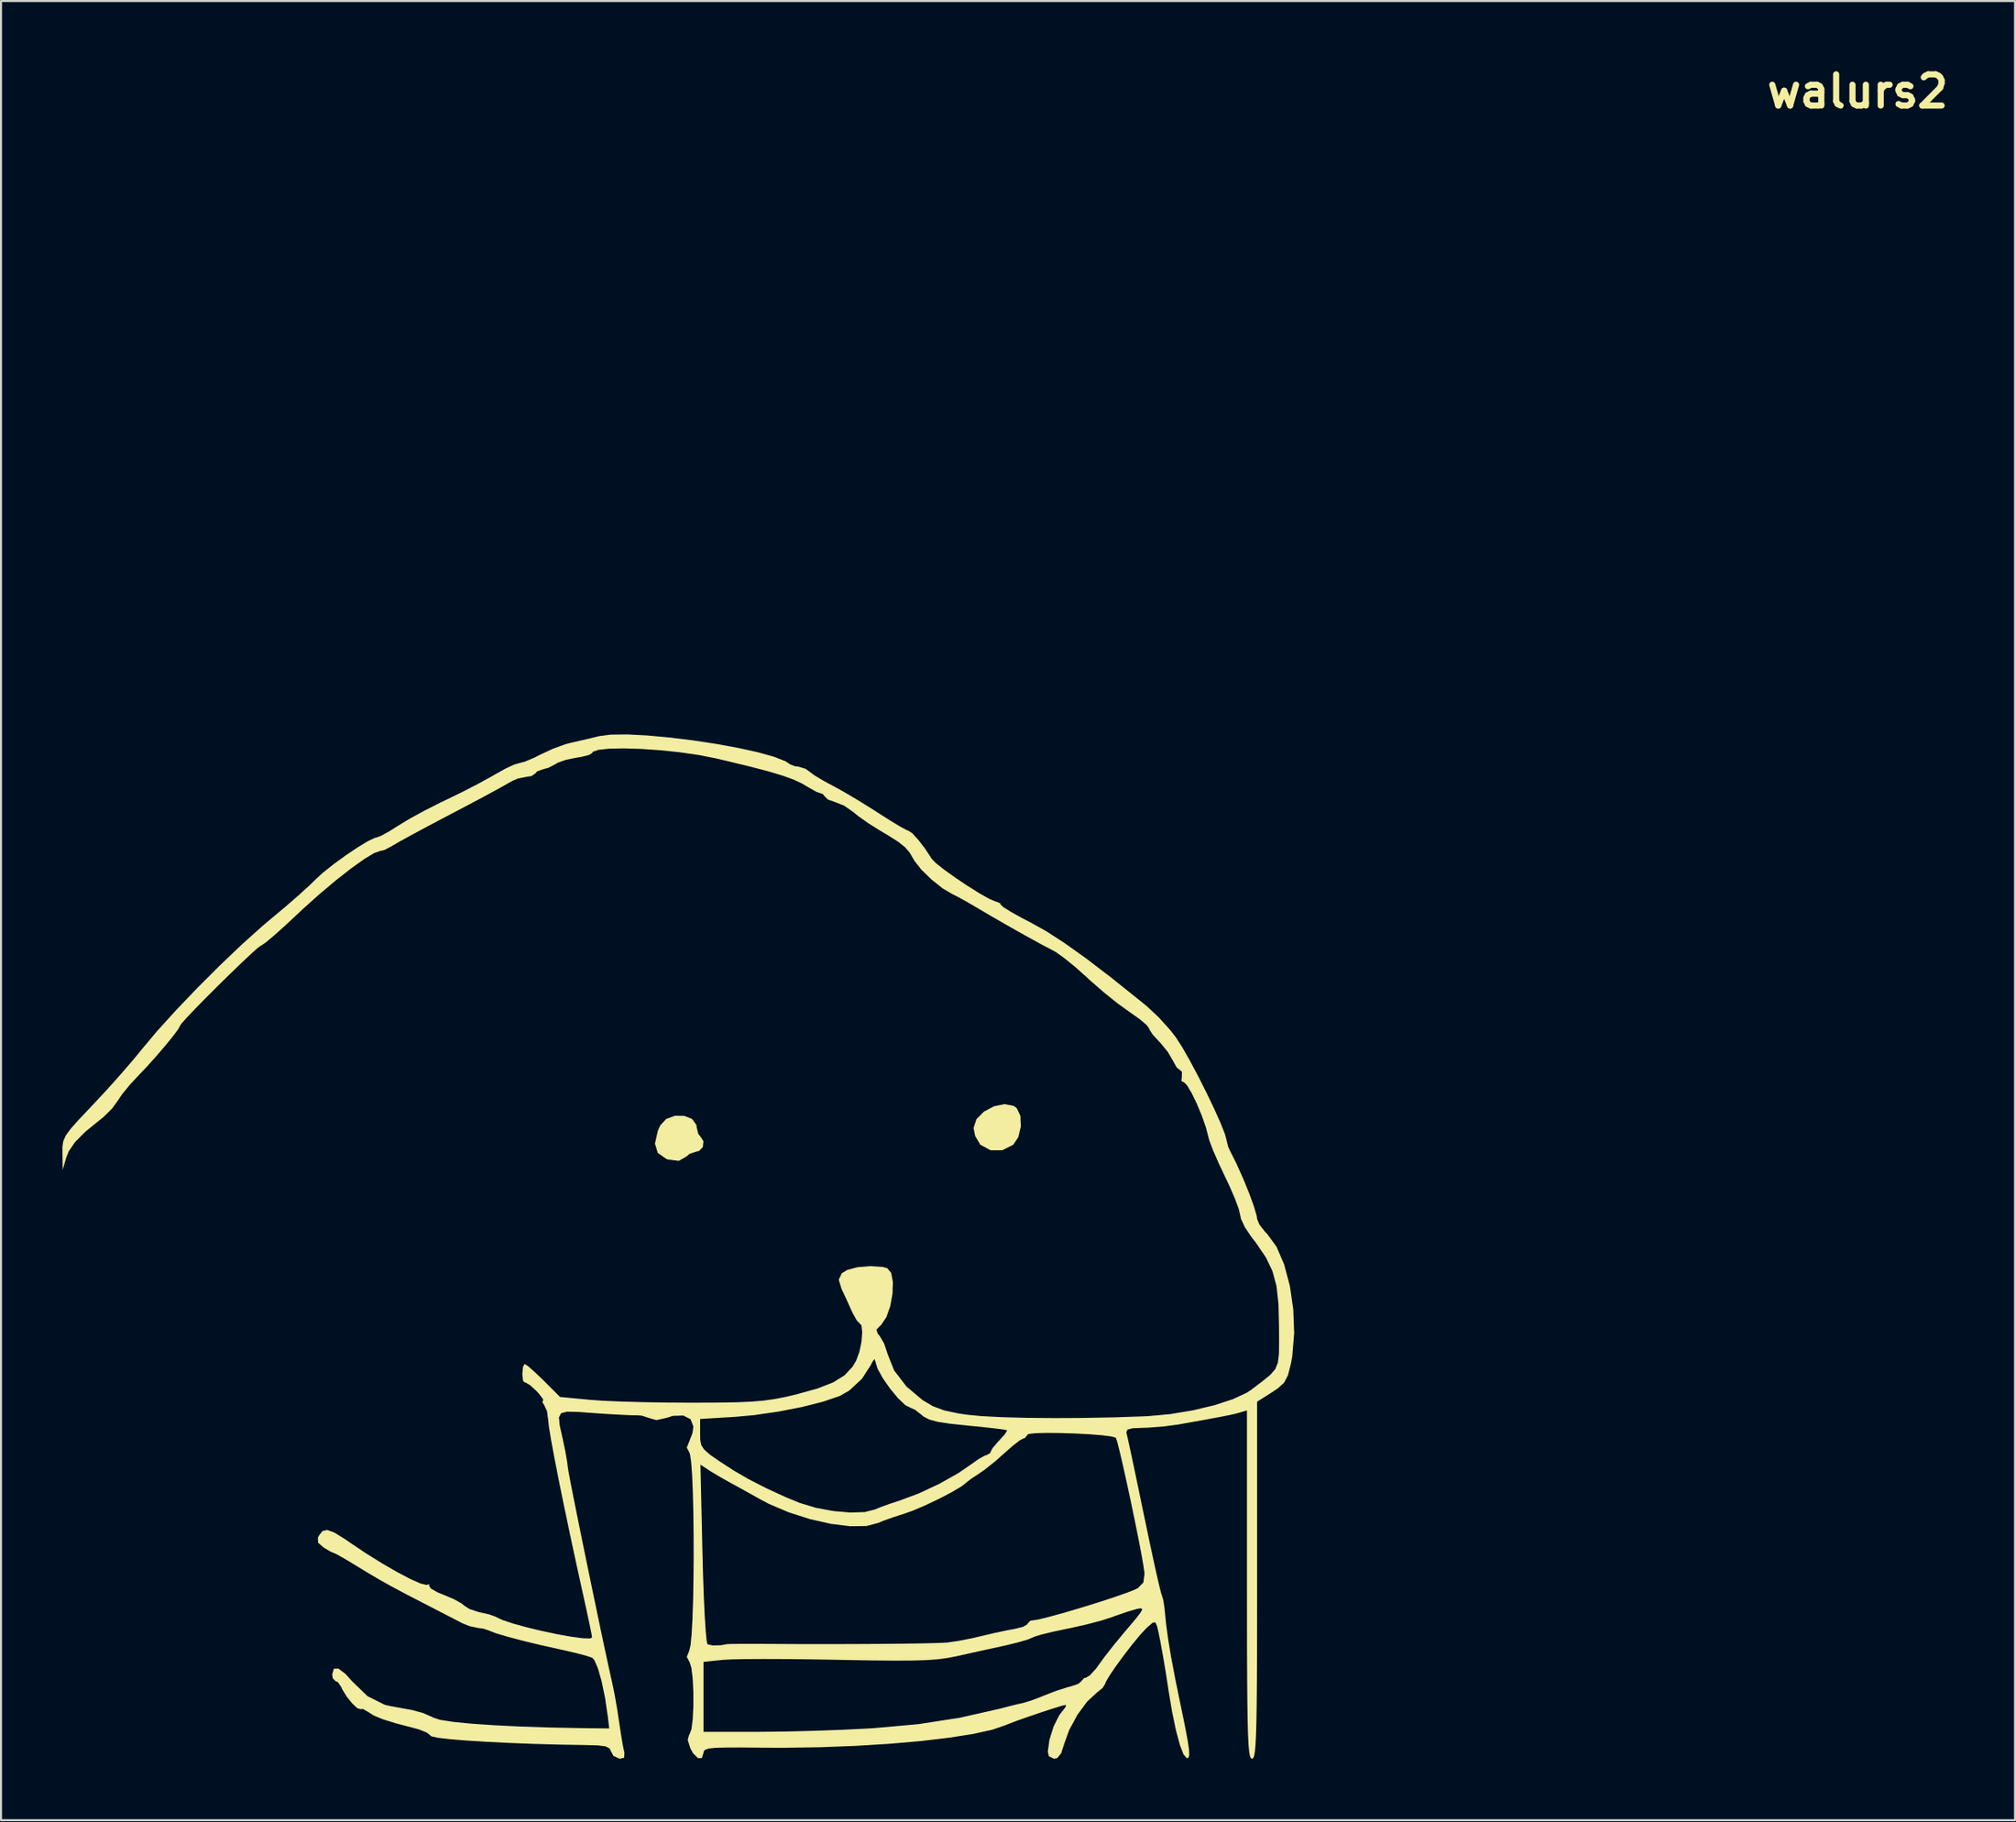
<source format=kicad_pcb>
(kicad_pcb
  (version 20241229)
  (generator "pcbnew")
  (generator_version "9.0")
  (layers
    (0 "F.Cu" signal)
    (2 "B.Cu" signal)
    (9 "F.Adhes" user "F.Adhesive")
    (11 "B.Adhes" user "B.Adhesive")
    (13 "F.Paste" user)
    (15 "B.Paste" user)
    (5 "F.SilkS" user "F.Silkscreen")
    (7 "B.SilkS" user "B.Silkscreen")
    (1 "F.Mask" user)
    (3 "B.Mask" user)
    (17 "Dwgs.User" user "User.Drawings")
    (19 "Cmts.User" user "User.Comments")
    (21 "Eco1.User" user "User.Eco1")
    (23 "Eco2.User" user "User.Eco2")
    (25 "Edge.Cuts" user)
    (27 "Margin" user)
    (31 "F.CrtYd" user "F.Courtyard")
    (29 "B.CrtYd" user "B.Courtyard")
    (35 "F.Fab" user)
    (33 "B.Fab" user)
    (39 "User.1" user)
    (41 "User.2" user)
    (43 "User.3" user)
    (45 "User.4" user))
  (footprint "walurs2"
    (layer "F.Cu")
    (at 35.116 49.918)
    (property "Reference" "walurs2" (at 52.6 -48.5 0) (layer "F.SilkS") (effects (font (size 1.524 1.524) (thickness 0.3))))
    (attr board_only exclude_from_pos_files exclude_from_bom)
    (fp_poly (pts (xy 11.366 1.08) (xy 11.512 1.188) (xy 11.691 1.567) (xy 11.712 2.087) (xy 11.589 2.605) (xy 11.339 2.978) (xy 10.803 3.246) (xy 10.234 3.247) (xy 9.743 2.981) (xy 9.731 2.969) (xy 9.483 2.556) (xy 9.401 2.158) (xy 9.544 1.726) (xy 9.908 1.358) (xy 10.397 1.099) (xy 10.915 0.991)) (stroke (width 0) (type solid)) (fill yes) (layer "F.SilkS"))
    (fp_poly (pts (xy -4.738 1.563) (xy -4.355 1.714) (xy -4.14 2.008) (xy -4.123 2.14) (xy -4.046 2.454) (xy -3.958 2.556) (xy -3.796 2.8) (xy -3.825 3.094) (xy -4.016 3.285) (xy -4.103 3.299) (xy -4.468 3.418) (xy -4.618 3.546) (xy -4.999 3.764) (xy -5.534 3.698) (xy -5.608 3.671) (xy -6.026 3.377) (xy -6.165 2.923) (xy -6.024 2.3) (xy -5.904 2.028) (xy -5.611 1.714) (xy -5.189 1.561)) (stroke (width 0) (type solid)) (fill yes) (layer "F.SilkS"))
    (fp_poly (pts (xy -6.548 -17.025) (xy -5.46 -16.926) (xy -4.316 -16.786) (xy -3.174 -16.613) (xy -2.092 -16.415) (xy -1.128 -16.202) (xy -0.338 -15.981) (xy 0.22 -15.761) (xy 0.44 -15.613) (xy 0.683 -15.518) (xy 0.84 -15.504) (xy 1.2 -15.393) (xy 1.362 -15.273) (xy 1.63 -15.075) (xy 2.084 -14.803) (xy 2.487 -14.587) (xy 3.041 -14.283) (xy 3.744 -13.868) (xy 4.475 -13.413) (xy 4.726 -13.251) (xy 5.316 -12.874) (xy 5.808 -12.577) (xy 6.134 -12.401) (xy 6.221 -12.37) (xy 6.407 -12.245) (xy 6.7 -11.926) (xy 7.031 -11.497) (xy 7.329 -11.043) (xy 7.353 -11.003) (xy 7.562 -10.786) (xy 7.975 -10.46) (xy 8.515 -10.073) (xy 9.108 -9.675) (xy 9.681 -9.316) (xy 10.159 -9.046) (xy 10.466 -8.912) (xy 10.507 -8.906) (xy 10.704 -8.82) (xy 10.721 -8.765) (xy 10.859 -8.636) (xy 11.23 -8.402) (xy 11.771 -8.102) (xy 12.162 -7.9) (xy 12.947 -7.463) (xy 13.853 -6.877) (xy 14.909 -6.123) (xy 16.142 -5.18) (xy 17.577 -4.03) (xy 17.877 -3.785) (xy 18.443 -3.256) (xy 19.014 -2.624) (xy 19.294 -2.263) (xy 19.604 -1.778) (xy 19.978 -1.122) (xy 20.383 -0.36) (xy 20.788 0.444) (xy 21.161 1.224) (xy 21.47 1.916) (xy 21.684 2.455) (xy 21.771 2.776) (xy 21.771 2.79) (xy 21.844 3.081) (xy 21.926 3.26) (xy 22.247 3.901) (xy 22.571 4.623) (xy 22.865 5.342) (xy 23.097 5.978) (xy 23.233 6.447) (xy 23.256 6.608) (xy 23.368 6.878) (xy 23.647 7.234) (xy 23.748 7.337) (xy 24.204 7.959) (xy 24.578 8.829) (xy 24.856 9.874) (xy 25.023 11.02) (xy 25.067 12.192) (xy 24.974 13.316) (xy 24.908 13.677) (xy 24.765 14.239) (xy 24.578 14.6) (xy 24.264 14.887) (xy 23.982 15.075) (xy 23.256 15.534) (xy 23.256 24.261) (xy 23.255 26.199) (xy 23.252 27.832) (xy 23.246 29.187) (xy 23.236 30.287) (xy 23.222 31.157) (xy 23.202 31.825) (xy 23.177 32.313) (xy 23.146 32.649) (xy 23.107 32.856) (xy 23.06 32.96) (xy 23.008 32.987) (xy 22.953 32.956) (xy 22.906 32.844) (xy 22.867 32.627) (xy 22.836 32.279) (xy 22.812 31.775) (xy 22.793 31.089) (xy 22.779 30.195) (xy 22.77 29.068) (xy 22.764 27.682) (xy 22.762 26.012) (xy 22.761 24.474) (xy 22.761 15.96) (xy 22.39 16.07) (xy 22.18 16.126) (xy 21.888 16.191) (xy 21.459 16.276) (xy 20.841 16.391) (xy 19.98 16.546) (xy 19.38 16.653) (xy 18.688 16.745) (xy 17.931 16.803) (xy 17.678 16.811) (xy 17.17 16.833) (xy 16.923 16.897) (xy 16.867 17.029) (xy 16.885 17.112) (xy 16.941 17.352) (xy 17.053 17.864) (xy 17.21 18.6) (xy 17.401 19.51) (xy 17.616 20.542) (xy 17.733 21.106) (xy 17.956 22.173) (xy 18.161 23.133) (xy 18.339 23.939) (xy 18.478 24.542) (xy 18.568 24.895) (xy 18.592 24.965) (xy 18.673 25.228) (xy 18.732 25.631) (xy 18.808 26.387) (xy 18.911 27.156) (xy 19.054 28.015) (xy 19.248 29.038) (xy 19.506 30.3) (xy 19.527 30.397) (xy 19.729 31.38) (xy 19.862 32.084) (xy 19.931 32.55) (xy 19.939 32.822) (xy 19.893 32.94) (xy 19.816 32.952) (xy 19.659 32.768) (xy 19.479 32.298) (xy 19.289 31.584) (xy 19.099 30.671) (xy 18.92 29.599) (xy 18.897 29.441) (xy 18.787 28.727) (xy 18.66 27.974) (xy 18.534 27.281) (xy 18.425 26.743) (xy 18.366 26.499) (xy 18.284 26.316) (xy 18.147 26.339) (xy 17.866 26.582) (xy 17.563 26.905) (xy 17.176 27.372) (xy 16.76 27.909) (xy 16.367 28.446) (xy 16.05 28.91) (xy 15.862 29.231) (xy 15.834 29.318) (xy 15.709 29.521) (xy 15.431 29.749) (xy 14.954 30.188) (xy 14.478 30.833) (xy 14.079 31.569) (xy 13.843 32.221) (xy 13.679 32.721) (xy 13.489 32.952) (xy 13.34 32.987) (xy 13.081 32.863) (xy 13.03 32.635) (xy 13.11 32.049) (xy 13.315 31.404) (xy 13.587 30.858) (xy 13.721 30.682) (xy 13.908 30.444) (xy 13.915 30.348) (xy 13.701 30.399) (xy 13.267 30.532) (xy 12.702 30.717) (xy 12.094 30.924) (xy 11.533 31.122) (xy 11.11 31.282) (xy 10.968 31.342) (xy 10.321 31.564) (xy 9.387 31.77) (xy 8.209 31.956) (xy 6.828 32.119) (xy 5.289 32.253) (xy 3.633 32.355) (xy 1.903 32.421) (xy 0.142 32.448) (xy -0.853 32.444) (xy -1.906 32.434) (xy -2.674 32.435) (xy -3.201 32.45) (xy -3.532 32.484) (xy -3.711 32.541) (xy -3.783 32.623) (xy -3.794 32.698) (xy -3.872 32.951) (xy -4.063 32.952) (xy -4.297 32.725) (xy -4.433 32.479) (xy -4.565 32.062) (xy -4.495 31.811) (xy -4.473 31.786) (xy -4.43 31.668) (xy -3.794 31.668) (xy -1.056 31.668) (xy 0.142 31.655) (xy 1.518 31.621) (xy 2.922 31.571) (xy 4.205 31.508) (xy 4.511 31.49) (xy 6.701 31.294) (xy 8.723 30.981) (xy 10.729 30.528) (xy 11.133 30.421) (xy 11.582 30.31) (xy 11.823 30.256) (xy 12.194 30.145) (xy 12.701 29.956) (xy 12.902 29.873) (xy 13.468 29.655) (xy 14.011 29.483) (xy 14.15 29.449) (xy 14.511 29.328) (xy 14.678 29.192) (xy 14.679 29.18) (xy 14.81 29.038) (xy 14.885 29.027) (xy 15.095 28.9) (xy 15.383 28.581) (xy 15.504 28.413) (xy 15.807 27.998) (xy 16.246 27.438) (xy 16.74 26.838) (xy 16.878 26.676) (xy 17.325 26.147) (xy 17.574 25.825) (xy 17.646 25.666) (xy 17.562 25.629) (xy 17.373 25.665) (xy 16.927 25.795) (xy 16.366 25.988) (xy 16.164 26.063) (xy 15.653 26.228) (xy 14.945 26.415) (xy 14.171 26.591) (xy 13.937 26.638) (xy 13.263 26.78) (xy 12.707 26.916) (xy 12.355 27.025) (xy 12.282 27.061) (xy 12.047 27.159) (xy 11.582 27.295) (xy 10.981 27.441) (xy 10.881 27.464) (xy 10.06 27.644) (xy 9.162 27.841) (xy 8.494 27.989) (xy 8.086 28.067) (xy 7.63 28.125) (xy 7.08 28.164) (xy 6.391 28.185) (xy 5.518 28.189) (xy 4.415 28.179) (xy 3.037 28.155) (xy 2.721 28.148) (xy 1.465 28.126) (xy 0.268 28.113) (xy -0.815 28.109) (xy -1.731 28.114) (xy -2.425 28.128) (xy -2.843 28.15) (xy -2.845 28.151) (xy -3.794 28.25) (xy -3.794 31.668) (xy -4.43 31.668) (xy -4.379 31.528) (xy -4.318 31.033) (xy -4.288 30.395) (xy -4.29 29.705) (xy -4.322 29.055) (xy -4.385 28.539) (xy -4.478 28.248) (xy -4.49 28.233) (xy -4.61 28.003) (xy -4.49 27.707) (xy -4.427 27.444) (xy -4.374 26.91) (xy -4.333 26.156) (xy -4.302 25.236) (xy -4.283 24.2) (xy -4.274 23.101) (xy -4.277 21.991) (xy -4.29 20.922) (xy -4.315 19.946) (xy -4.35 19.115) (xy -4.387 18.61) (xy -3.943 18.61) (xy -3.843 22.953) (xy -3.812 24.118) (xy -3.773 25.171) (xy -3.729 26.07) (xy -3.684 26.769) (xy -3.639 27.225) (xy -3.598 27.392) (xy -3.336 27.446) (xy -2.936 27.436) (xy -2.639 27.382) (xy -2.451 27.374) (xy -2.002 27.369) (xy -1.361 27.368) (xy -0.66 27.371) (xy 0.734 27.379) (xy 2.133 27.381) (xy 3.493 27.378) (xy 4.766 27.371) (xy 5.907 27.36) (xy 6.87 27.346) (xy 7.607 27.328) (xy 8.074 27.307) (xy 8.147 27.301) (xy 8.669 27.224) (xy 9.334 27.093) (xy 9.797 26.985) (xy 10.453 26.831) (xy 11.083 26.698) (xy 11.422 26.636) (xy 11.819 26.537) (xy 12.03 26.413) (xy 12.04 26.382) (xy 12.173 26.239) (xy 12.269 26.225) (xy 12.581 26.175) (xy 13.131 26.039) (xy 13.846 25.842) (xy 14.652 25.604) (xy 15.476 25.348) (xy 16.243 25.098) (xy 16.881 24.875) (xy 17.316 24.703) (xy 17.435 24.642) (xy 17.7 24.369) (xy 17.754 23.954) (xy 17.748 23.875) (xy 17.694 23.499) (xy 17.587 22.901) (xy 17.44 22.14) (xy 17.266 21.277) (xy 17.077 20.371) (xy 16.886 19.483) (xy 16.706 18.672) (xy 16.549 17.999) (xy 16.429 17.522) (xy 16.357 17.303) (xy 16.353 17.297) (xy 16.14 17.233) (xy 15.688 17.175) (xy 15.071 17.126) (xy 14.364 17.089) (xy 13.64 17.066) (xy 12.973 17.059) (xy 12.439 17.073) (xy 12.109 17.108) (xy 12.04 17.145) (xy 11.914 17.311) (xy 11.866 17.318) (xy 11.661 17.424) (xy 11.306 17.698) (xy 10.944 18.019) (xy 10.444 18.46) (xy 9.948 18.854) (xy 9.675 19.044) (xy 9.312 19.282) (xy 9.088 19.452) (xy 9.071 19.47) (xy 8.813 19.672) (xy 8.335 19.956) (xy 7.723 20.276) (xy 7.063 20.591) (xy 6.44 20.856) (xy 6.02 21.006) (xy 5.448 21.191) (xy 4.973 21.361) (xy 4.744 21.458) (xy 4.171 21.61) (xy 3.377 21.621) (xy 2.433 21.504) (xy 1.407 21.272) (xy 0.371 20.941) (xy -0.605 20.524) (xy -0.99 20.321) (xy -1.6 19.98) (xy -2.238 19.628) (xy -2.426 19.526) (xy -2.944 19.235) (xy -3.41 18.957) (xy -3.531 18.88) (xy -3.943 18.61) (xy -4.387 18.61) (xy -4.396 18.48) (xy -4.454 18.094) (xy -4.49 18.007) (xy -4.61 17.777) (xy -4.49 17.481) (xy -4.343 17.094) (xy -3.958 17.094) (xy -3.952 17.414) (xy -3.9 17.658) (xy -3.757 17.878) (xy -3.477 18.123) (xy -3.012 18.446) (xy -2.327 18.891) (xy -1.61 19.309) (xy -0.714 19.768) (xy 0.231 20.203) (xy 0.907 20.48) (xy 1.693 20.719) (xy 2.549 20.878) (xy 3.379 20.95) (xy 4.089 20.927) (xy 4.579 20.802) (xy 4.892 20.673) (xy 5.391 20.497) (xy 5.773 20.373) (xy 6.733 20.015) (xy 7.742 19.541) (xy 8.668 19.019) (xy 9.26 18.612) (xy 9.658 18.33) (xy 9.965 18.163) (xy 10.044 18.143) (xy 10.218 18.043) (xy 10.226 18) (xy 10.333 17.801) (xy 10.596 17.489) (xy 10.663 17.421) (xy 10.929 17.127) (xy 11.039 16.946) (xy 11.034 16.929) (xy 10.854 16.893) (xy 10.412 16.836) (xy 9.779 16.766) (xy 9.098 16.699) (xy 8.232 16.607) (xy 7.63 16.513) (xy 7.227 16.402) (xy 6.957 16.259) (xy 6.86 16.178) (xy 6.55 15.933) (xy 6.33 15.834) (xy 6.067 15.702) (xy 5.71 15.362) (xy 5.323 14.896) (xy 4.968 14.385) (xy 4.707 13.912) (xy 4.605 13.572) (xy 4.56 13.444) (xy 4.442 13.618) (xy 4.394 13.723) (xy 3.951 14.412) (xy 3.333 14.987) (xy 2.868 15.253) (xy 2.056 15.531) (xy 1.018 15.794) (xy -0.141 16.02) (xy -1.318 16.19) (xy -2.219 16.272) (xy -3.958 16.379) (xy -3.958 17.094) (xy -4.343 17.094) (xy -4.328 17.054) (xy -4.288 16.746) (xy -4.423 16.391) (xy -4.78 16.21) (xy -5.286 16.225) (xy -5.596 16.324) (xy -6.092 16.434) (xy -6.391 16.351) (xy -6.801 16.217) (xy -7.025 16.199) (xy -7.314 16.196) (xy -7.849 16.171) (xy -8.544 16.131) (xy -9.113 16.093) (xy -9.925 16.034) (xy -10.454 16.022) (xy -10.749 16.098) (xy -10.856 16.3) (xy -10.823 16.669) (xy -10.696 17.245) (xy -10.661 17.401) (xy -10.54 17.987) (xy -10.454 18.481) (xy -10.426 18.72) (xy -10.39 18.946) (xy -10.296 19.447) (xy -10.153 20.175) (xy -9.971 21.083) (xy -9.76 22.123) (xy -9.53 23.246) (xy -9.29 24.407) (xy -9.051 25.556) (xy -8.823 26.646) (xy -8.614 27.63) (xy -8.435 28.459) (xy -8.296 29.087) (xy -8.247 29.301) (xy -8.14 29.821) (xy -8.019 30.514) (xy -7.915 31.198) (xy -7.819 31.832) (xy -7.728 32.364) (xy -7.659 32.685) (xy -7.655 32.698) (xy -7.671 32.933) (xy -7.887 32.987) (xy -8.191 32.846) (xy -8.295 32.657) (xy -8.381 32.48) (xy -8.577 32.378) (xy -8.957 32.33) (xy -9.51 32.315) (xy -10.804 32.293) (xy -12.084 32.257) (xy -13.307 32.209) (xy -14.431 32.153) (xy -15.413 32.091) (xy -16.21 32.025) (xy -16.78 31.957) (xy -17.08 31.891) (xy -17.115 31.865) (xy -17.302 31.71) (xy -17.694 31.551) (xy -17.867 31.503) (xy -18.814 31.255) (xy -19.485 31.046) (xy -19.931 30.857) (xy -20.164 30.705) (xy -20.427 30.552) (xy -20.554 30.56) (xy -20.708 30.514) (xy -20.959 30.278) (xy -21.23 29.941) (xy -21.444 29.59) (xy -21.491 29.482) (xy -21.658 29.239) (xy -21.766 29.194) (xy -21.904 29.055) (xy -21.936 28.864) (xy -21.855 28.584) (xy -21.629 28.579) (xy -21.282 28.841) (xy -20.967 29.193) (xy -20.207 29.928) (xy -19.367 30.346) (xy -19.113 30.406) (xy -18.689 30.484) (xy -18.153 30.581) (xy -18.06 30.597) (xy -17.517 30.742) (xy -17.044 30.945) (xy -16.988 30.978) (xy -16.663 31.082) (xy -16.042 31.179) (xy -15.158 31.268) (xy -14.045 31.345) (xy -12.738 31.409) (xy -11.27 31.458) (xy -9.674 31.488) (xy -9.519 31.49) (xy -8.399 31.503) (xy -8.475 30.874) (xy -8.607 29.986) (xy -8.772 29.195) (xy -8.951 28.565) (xy -9.129 28.159) (xy -9.231 28.049) (xy -9.505 27.955) (xy -10.006 27.822) (xy -10.638 27.675) (xy -10.803 27.639) (xy -11.746 27.429) (xy -12.625 27.216) (xy -13.378 27.017) (xy -13.942 26.849) (xy -14.252 26.729) (xy -14.267 26.72) (xy -14.555 26.625) (xy -14.8 26.594) (xy -15.23 26.502) (xy -15.582 26.359) (xy -15.902 26.192) (xy -16.431 25.919) (xy -17.084 25.582) (xy -17.523 25.356) (xy -18.375 24.914) (xy -19.034 24.563) (xy -19.602 24.246) (xy -20.181 23.904) (xy -20.874 23.482) (xy -20.906 23.462) (xy -21.375 23.181) (xy -21.724 22.987) (xy -21.863 22.926) (xy -22.048 22.845) (xy -22.351 22.662) (xy -22.624 22.425) (xy -22.634 22.185) (xy -22.587 22.084) (xy -22.414 21.859) (xy -22.185 21.801) (xy -21.841 21.924) (xy -21.325 22.241) (xy -21.051 22.43) (xy -20.278 22.949) (xy -19.494 23.437) (xy -18.754 23.865) (xy -18.11 24.202) (xy -17.618 24.42) (xy -17.331 24.489) (xy -17.297 24.48) (xy -17.177 24.455) (xy -17.202 24.52) (xy -17.119 24.66) (xy -16.799 24.846) (xy -16.494 24.971) (xy -15.993 25.182) (xy -15.611 25.395) (xy -15.497 25.491) (xy -15.214 25.673) (xy -14.772 25.816) (xy -14.704 25.829) (xy -14.262 25.93) (xy -13.962 26.037) (xy -13.937 26.052) (xy -13.613 26.205) (xy -13.084 26.38) (xy -12.415 26.564) (xy -11.676 26.742) (xy -10.931 26.899) (xy -10.248 27.021) (xy -9.695 27.095) (xy -9.337 27.105) (xy -9.236 27.056) (xy -9.27 26.856) (xy -9.363 26.402) (xy -9.499 25.764) (xy -9.655 25.054) (xy -10.005 23.466) (xy -10.33 21.951) (xy -10.625 20.546) (xy -10.881 19.286) (xy -11.092 18.207) (xy -11.25 17.344) (xy -11.349 16.734) (xy -11.381 16.421) (xy -11.44 15.991) (xy -11.578 15.702) (xy -11.678 15.536) (xy -11.63 15.504) (xy -11.639 15.401) (xy -11.835 15.143) (xy -11.952 15.015) (xy -12.268 14.726) (xy -12.493 14.593) (xy -12.533 14.595) (xy -12.611 14.504) (xy -12.645 14.189) (xy -12.645 14.177) (xy -12.612 13.833) (xy -12.531 13.69) (xy -12.366 13.798) (xy -12.041 14.082) (xy -11.624 14.482) (xy -11.61 14.496) (xy -10.803 15.303) (xy -9.319 15.445) (xy -8.684 15.489) (xy -7.799 15.527) (xy -6.744 15.557) (xy -5.599 15.576) (xy -4.444 15.583) (xy -4.371 15.583) (xy -3.163 15.579) (xy -2.219 15.564) (xy -1.473 15.533) (xy -0.86 15.482) (xy -0.314 15.405) (xy 0.23 15.297) (xy 0.722 15.182) (xy 1.77 14.892) (xy 2.545 14.59) (xy 3.099 14.245) (xy 3.489 13.826) (xy 3.67 13.521) (xy 3.824 13.097) (xy 3.925 12.603) (xy 3.962 12.14) (xy 3.926 11.81) (xy 3.835 11.708) (xy 3.701 11.57) (xy 3.504 11.222) (xy 3.404 11.008) (xy 3.185 10.517) (xy 2.998 10.118) (xy 2.951 10.022) (xy 2.814 9.573) (xy 2.963 9.259) (xy 3.224 9.098) (xy 3.728 8.962) (xy 4.361 8.909) (xy 4.948 8.947) (xy 5.182 9.007) (xy 5.378 9.242) (xy 5.46 9.691) (xy 5.441 10.262) (xy 5.332 10.862) (xy 5.143 11.4) (xy 4.887 11.783) (xy 4.83 11.831) (xy 4.652 12.015) (xy 4.72 12.208) (xy 4.819 12.326) (xy 5.031 12.689) (xy 5.192 13.169) (xy 5.198 13.195) (xy 5.523 14.009) (xy 6.125 14.794) (xy 6.912 15.457) (xy 7.415 15.754) (xy 7.961 15.959) (xy 8.667 16.109) (xy 9.071 16.169) (xy 9.802 16.239) (xy 10.8 16.291) (xy 12.005 16.323) (xy 13.356 16.336) (xy 14.792 16.328) (xy 16.251 16.3) (xy 17.672 16.251) (xy 17.935 16.239) (xy 19.02 16.14) (xy 20.125 15.956) (xy 21.17 15.706) (xy 22.074 15.411) (xy 22.76 15.091) (xy 22.952 14.962) (xy 23.515 14.536) (xy 23.9 14.223) (xy 24.141 13.946) (xy 24.27 13.631) (xy 24.322 13.202) (xy 24.33 12.583) (xy 24.326 11.848) (xy 24.299 10.742) (xy 24.201 9.872) (xy 24.005 9.148) (xy 23.683 8.48) (xy 23.205 7.777) (xy 22.974 7.477) (xy 22.662 7.015) (xy 22.466 6.594) (xy 22.431 6.42) (xy 22.361 6.118) (xy 22.171 5.607) (xy 21.895 4.97) (xy 21.696 4.551) (xy 21.374 3.869) (xy 21.107 3.257) (xy 20.932 2.801) (xy 20.886 2.639) (xy 20.758 2.138) (xy 20.554 1.555) (xy 20.308 0.967) (xy 20.056 0.447) (xy 19.83 0.069) (xy 19.666 -0.092) (xy 19.635 -0.087) (xy 19.557 -0.144) (xy 19.579 -0.33) (xy 19.583 -0.592) (xy 19.502 -0.66) (xy 19.33 -0.796) (xy 19.145 -1.125) (xy 19.14 -1.135) (xy 18.885 -1.571) (xy 18.518 -2.017) (xy 18.461 -2.073) (xy 18.155 -2.406) (xy 17.988 -2.665) (xy 17.977 -2.711) (xy 17.848 -2.883) (xy 17.511 -3.167) (xy 17.036 -3.503) (xy 17.022 -3.512) (xy 16.44 -3.931) (xy 15.755 -4.481) (xy 15.094 -5.058) (xy 14.954 -5.187) (xy 14.394 -5.69) (xy 13.856 -6.129) (xy 13.429 -6.435) (xy 13.312 -6.502) (xy 12.73 -6.808) (xy 11.96 -7.23) (xy 11.097 -7.717) (xy 10.234 -8.214) (xy 9.621 -8.575) (xy 9.085 -8.888) (xy 8.628 -9.142) (xy 8.365 -9.273) (xy 7.894 -9.549) (xy 7.352 -9.981) (xy 6.852 -10.467) (xy 6.507 -10.907) (xy 6.473 -10.968) (xy 6.282 -11.296) (xy 6.056 -11.562) (xy 5.721 -11.828) (xy 5.207 -12.155) (xy 4.812 -12.389) (xy 4.26 -12.736) (xy 3.764 -13.087) (xy 3.521 -13.286) (xy 3.079 -13.592) (xy 2.626 -13.775) (xy 2.285 -13.894) (xy 2.144 -14.033) (xy 2.017 -14.179) (xy 1.973 -14.184) (xy 1.726 -14.268) (xy 1.367 -14.47) (xy 1.362 -14.473) (xy 1.01 -14.681) (xy 0.597 -14.873) (xy 0.075 -15.062) (xy -0.603 -15.265) (xy -1.487 -15.497) (xy -2.625 -15.773) (xy -3.216 -15.911) (xy -4.035 -16.072) (xy -4.946 -16.203) (xy -5.893 -16.302) (xy -6.82 -16.366) (xy -7.67 -16.393) (xy -8.388 -16.38) (xy -8.918 -16.325) (xy -9.203 -16.226) (xy -9.236 -16.164) (xy -9.384 -16.073) (xy -9.757 -15.979) (xy -10.003 -15.938) (xy -10.517 -15.834) (xy -10.913 -15.694) (xy -11.009 -15.635) (xy -11.371 -15.444) (xy -11.603 -15.383) (xy -11.91 -15.275) (xy -12.013 -15.169) (xy -12.201 -15.04) (xy -12.425 -15.007) (xy -12.857 -14.922) (xy -13.14 -14.8) (xy -13.581 -14.552) (xy -14.032 -14.302) (xy -14.558 -14.018) (xy -15.22 -13.666) (xy -16.082 -13.212) (xy -16.576 -12.952) (xy -17.364 -12.535) (xy -18.069 -12.156) (xy -18.629 -11.848) (xy -18.98 -11.645) (xy -19.045 -11.604) (xy -19.391 -11.426) (xy -19.593 -11.381) (xy -19.895 -11.272) (xy -20.39 -10.971) (xy -21.031 -10.512) (xy -21.772 -9.931) (xy -22.567 -9.262) (xy -23.371 -8.541) (xy -23.631 -8.296) (xy -24.235 -7.732) (xy -24.761 -7.262) (xy -25.16 -6.927) (xy -25.384 -6.769) (xy -25.406 -6.762) (xy -25.561 -6.652) (xy -25.897 -6.352) (xy -26.367 -5.911) (xy -26.922 -5.375) (xy -27.514 -4.793) (xy -28.096 -4.212) (xy -28.618 -3.68) (xy -29.034 -3.243) (xy -29.294 -2.95) (xy -29.358 -2.853) (xy -29.462 -2.665) (xy -29.736 -2.299) (xy -30.129 -1.819) (xy -30.586 -1.288) (xy -31.054 -0.77) (xy -31.378 -0.432) (xy -31.826 0.051) (xy -32.202 0.512) (xy -32.407 0.819) (xy -32.689 1.206) (xy -33.102 1.614) (xy -33.219 1.709) (xy -33.983 2.329) (xy -34.5 2.846) (xy -34.815 3.311) (xy -34.938 3.629) (xy -35.101 4.206) (xy -35.116 3.402) (xy -35.115 3.065) (xy -35.071 2.791) (xy -34.95 2.521) (xy -34.713 2.198) (xy -34.326 1.762) (xy -33.75 1.154) (xy -33.659 1.058) (xy -32.983 0.333) (xy -32.283 -0.449) (xy -31.649 -1.183) (xy -31.239 -1.684) (xy -30.496 -2.571) (xy -29.565 -3.598) (xy -28.516 -4.695) (xy -27.416 -5.793) (xy -26.334 -6.824) (xy -25.338 -7.717) (xy -24.905 -8.082) (xy -24.231 -8.645) (xy -23.594 -9.199) (xy -23.069 -9.675) (xy -22.761 -9.975) (xy -22.385 -10.321) (xy -21.868 -10.733) (xy -21.282 -11.159) (xy -20.701 -11.55) (xy -20.198 -11.855) (xy -19.847 -12.023) (xy -19.763 -12.04) (xy -19.537 -12.126) (xy -19.134 -12.349) (xy -18.718 -12.612) (xy -18.167 -12.946) (xy -17.441 -13.344) (xy -16.667 -13.736) (xy -16.392 -13.868) (xy -15.622 -14.241) (xy -14.84 -14.643) (xy -14.18 -15.004) (xy -13.998 -15.11) (xy -13.48 -15.399) (xy -13.047 -15.601) (xy -12.811 -15.669) (xy -12.526 -15.743) (xy -12.076 -15.933) (xy -11.76 -16.092) (xy -11.162 -16.371) (xy -10.551 -16.594) (xy -10.308 -16.659) (xy -9.707 -16.796) (xy -9.047 -16.954) (xy -8.906 -16.99) (xy -8.329 -17.065) (xy -7.524 -17.075)) (stroke (width 0) (type solid)) (fill yes) (layer "F.SilkS")))
  (gr_rect
    (start -3 -3)
    (end 95.404 85.905)
    (stroke (width 0.1) (type default))
    (fill no)
    (layer "Edge.Cuts")))
</source>
